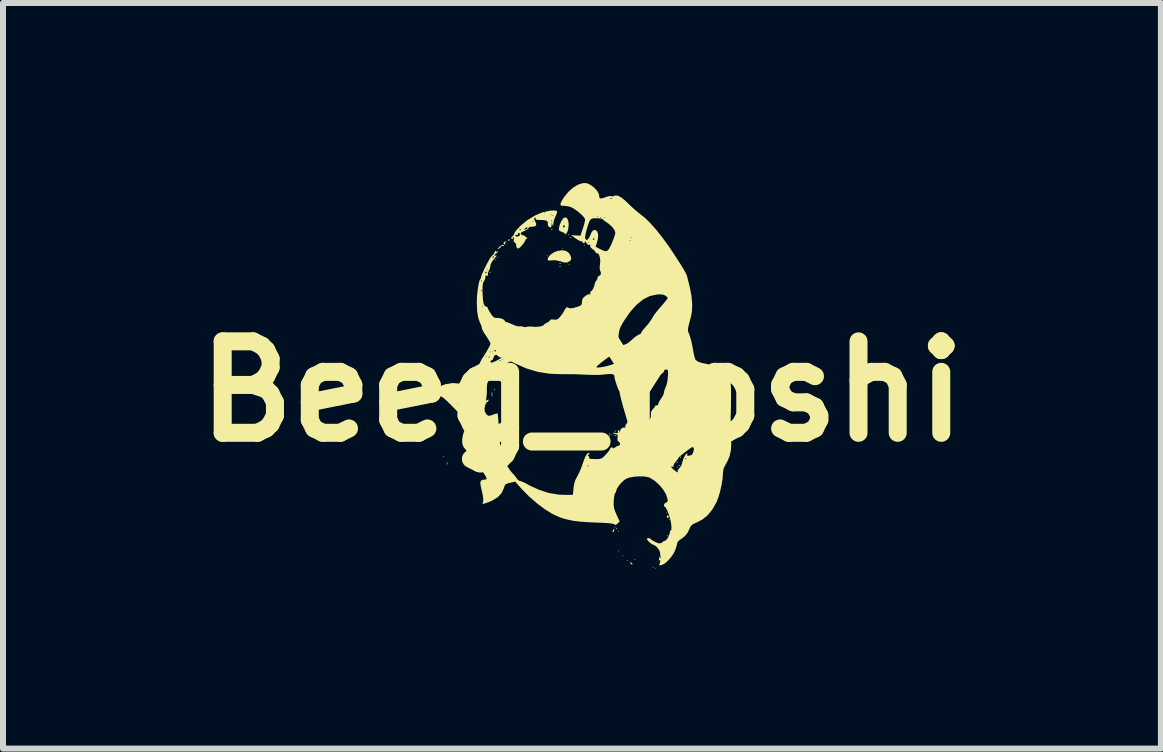
<source format=kicad_pcb>
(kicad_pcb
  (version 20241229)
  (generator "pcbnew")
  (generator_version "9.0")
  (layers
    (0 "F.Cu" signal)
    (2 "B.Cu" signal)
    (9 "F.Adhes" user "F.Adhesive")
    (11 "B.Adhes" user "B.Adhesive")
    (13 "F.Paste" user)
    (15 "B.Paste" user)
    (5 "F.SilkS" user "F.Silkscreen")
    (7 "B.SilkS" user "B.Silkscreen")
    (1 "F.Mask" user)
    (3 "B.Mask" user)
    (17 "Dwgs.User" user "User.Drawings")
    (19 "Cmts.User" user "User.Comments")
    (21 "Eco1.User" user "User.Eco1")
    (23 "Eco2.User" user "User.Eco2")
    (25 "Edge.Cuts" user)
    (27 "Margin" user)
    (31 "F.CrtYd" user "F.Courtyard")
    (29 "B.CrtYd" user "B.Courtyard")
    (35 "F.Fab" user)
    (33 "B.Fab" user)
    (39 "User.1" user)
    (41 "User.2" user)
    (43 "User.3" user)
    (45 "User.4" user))
  (footprint "Beeg_Yoshi"
    (layer "F.Cu")
    (at 6.648 3.473)
    (property "Reference" "Beeg_Yoshi" (at 0 0 0) (layer "F.SilkS") (effects (font (size 1.524 1.524) (thickness 0.3))))
    (attr board_only exclude_from_pos_files exclude_from_bom)
    (fp_poly (pts (xy -2.588 0.198) (xy -2.596 0.206) (xy -2.603 0.198) (xy -2.596 0.191)) (stroke (width 0) (type solid)) (fill yes) (layer "F.SilkS"))
    (fp_poly (pts (xy -2.302 1.087) (xy -2.31 1.095) (xy -2.318 1.087) (xy -2.31 1.079)) (stroke (width 0) (type solid)) (fill yes) (layer "F.SilkS"))
    (fp_poly (pts (xy -1.429 -2.199) (xy -1.437 -2.191) (xy -1.445 -2.199) (xy -1.437 -2.207)) (stroke (width 0) (type solid)) (fill yes) (layer "F.SilkS"))
    (fp_poly (pts (xy -1.397 -2.23) (xy -1.405 -2.223) (xy -1.413 -2.23) (xy -1.405 -2.238)) (stroke (width 0) (type solid)) (fill yes) (layer "F.SilkS"))
    (fp_poly (pts (xy -0.572 -2.262) (xy -0.579 -2.254) (xy -0.587 -2.262) (xy -0.579 -2.27)) (stroke (width 0) (type solid)) (fill yes) (layer "F.SilkS"))
    (fp_poly (pts (xy -0.318 -2.389) (xy -0.325 -2.381) (xy -0.333 -2.389) (xy -0.325 -2.397)) (stroke (width 0) (type solid)) (fill yes) (layer "F.SilkS"))
    (fp_poly (pts (xy -0.206 -2.119) (xy -0.214 -2.111) (xy -0.222 -2.119) (xy -0.214 -2.127)) (stroke (width 0) (type solid)) (fill yes) (layer "F.SilkS"))
    (fp_poly (pts (xy 0.048 -2.437) (xy 0.04 -2.429) (xy 0.032 -2.437) (xy 0.04 -2.445)) (stroke (width 0) (type solid)) (fill yes) (layer "F.SilkS"))
    (fp_poly (pts (xy 0.175 0.96) (xy 0.167 0.968) (xy 0.159 0.96) (xy 0.167 0.953)) (stroke (width 0) (type solid)) (fill yes) (layer "F.SilkS"))
    (fp_poly (pts (xy 0.318 0.818) (xy 0.31 0.826) (xy 0.302 0.818) (xy 0.31 0.81)) (stroke (width 0) (type solid)) (fill yes) (layer "F.SilkS"))
    (fp_poly (pts (xy 0.349 0.849) (xy 0.341 0.857) (xy 0.333 0.849) (xy 0.341 0.841)) (stroke (width 0) (type solid)) (fill yes) (layer "F.SilkS"))
    (fp_poly (pts (xy 0.508 0.722) (xy 0.5 0.73) (xy 0.492 0.722) (xy 0.5 0.714)) (stroke (width 0) (type solid)) (fill yes) (layer "F.SilkS"))
    (fp_poly (pts (xy 0.556 2.262) (xy 0.548 2.27) (xy 0.54 2.262) (xy 0.548 2.254)) (stroke (width 0) (type solid)) (fill yes) (layer "F.SilkS"))
    (fp_poly (pts (xy 0.619 2.326) (xy 0.611 2.334) (xy 0.603 2.326) (xy 0.611 2.318)) (stroke (width 0) (type solid)) (fill yes) (layer "F.SilkS"))
    (fp_poly (pts (xy 0.619 2.659) (xy 0.611 2.667) (xy 0.603 2.659) (xy 0.611 2.651)) (stroke (width 0) (type solid)) (fill yes) (layer "F.SilkS"))
    (fp_poly (pts (xy 0.683 2.738) (xy 0.675 2.746) (xy 0.667 2.738) (xy 0.675 2.731)) (stroke (width 0) (type solid)) (fill yes) (layer "F.SilkS"))
    (fp_poly (pts (xy 0.762 2.818) (xy 0.754 2.826) (xy 0.746 2.818) (xy 0.754 2.81)) (stroke (width 0) (type solid)) (fill yes) (layer "F.SilkS"))
    (fp_poly (pts (xy 0.889 2.802) (xy 0.881 2.81) (xy 0.873 2.802) (xy 0.881 2.794)) (stroke (width 0) (type solid)) (fill yes) (layer "F.SilkS"))
    (fp_poly (pts (xy 1.191 2.929) (xy 1.183 2.937) (xy 1.175 2.929) (xy 1.183 2.921)) (stroke (width 0) (type solid)) (fill yes) (layer "F.SilkS"))
    (fp_poly (pts (xy 1.238 2.945) (xy 1.23 2.953) (xy 1.222 2.945) (xy 1.23 2.937)) (stroke (width 0) (type solid)) (fill yes) (layer "F.SilkS"))
    (fp_poly (pts (xy 1.413 2.024) (xy 1.405 2.032) (xy 1.397 2.024) (xy 1.405 2.016)) (stroke (width 0) (type solid)) (fill yes) (layer "F.SilkS"))
    (fp_poly (pts (xy 1.46 2.135) (xy 1.453 2.143) (xy 1.445 2.135) (xy 1.453 2.127)) (stroke (width 0) (type solid)) (fill yes) (layer "F.SilkS"))
    (fp_poly (pts (xy 1.603 1.262) (xy 1.595 1.27) (xy 1.587 1.262) (xy 1.595 1.254)) (stroke (width 0) (type solid)) (fill yes) (layer "F.SilkS"))
    (fp_poly (pts (xy -2.243 1.188) (xy -2.242 1.212) (xy -2.245 1.218) (xy -2.252 1.213) (xy -2.253 1.197) (xy -2.249 1.18)) (stroke (width 0) (type solid)) (fill yes) (layer "F.SilkS"))
    (fp_poly (pts (xy -1.529 -1.995) (xy -1.527 -1.976) (xy -1.529 -1.974) (xy -1.539 -1.976) (xy -1.54 -1.984) (xy -1.534 -1.997)) (stroke (width 0) (type solid)) (fill yes) (layer "F.SilkS"))
    (fp_poly (pts (xy -1.45 -0.042) (xy -1.448 -0.023) (xy -1.45 -0.021) (xy -1.459 -0.023) (xy -1.46 -0.032) (xy -1.455 -0.045)) (stroke (width 0) (type solid)) (fill yes) (layer "F.SilkS"))
    (fp_poly (pts (xy -0.497 -2.709) (xy -0.496 -2.69) (xy -0.497 -2.688) (xy -0.507 -2.69) (xy -0.508 -2.699) (xy -0.502 -2.712)) (stroke (width 0) (type solid)) (fill yes) (layer "F.SilkS"))
    (fp_poly (pts (xy -0.355 -2.138) (xy -0.357 -2.128) (xy -0.365 -2.127) (xy -0.378 -2.133) (xy -0.376 -2.138) (xy -0.357 -2.14)) (stroke (width 0) (type solid)) (fill yes) (layer "F.SilkS"))
    (fp_poly (pts (xy -0.355 -2.09) (xy -0.357 -2.081) (xy -0.365 -2.08) (xy -0.378 -2.085) (xy -0.376 -2.09) (xy -0.357 -2.092)) (stroke (width 0) (type solid)) (fill yes) (layer "F.SilkS"))
    (fp_poly (pts (xy -0.212 -2.614) (xy -0.214 -2.605) (xy -0.222 -2.603) (xy -0.235 -2.609) (xy -0.233 -2.614) (xy -0.214 -2.616)) (stroke (width 0) (type solid)) (fill yes) (layer "F.SilkS"))
    (fp_poly (pts (xy -0.18 -2.566) (xy -0.182 -2.557) (xy -0.191 -2.556) (xy -0.204 -2.562) (xy -0.201 -2.566) (xy -0.182 -2.568)) (stroke (width 0) (type solid)) (fill yes) (layer "F.SilkS"))
    (fp_poly (pts (xy 0.233 0.91) (xy 0.231 0.92) (xy 0.222 0.921) (xy 0.209 0.915) (xy 0.212 0.91) (xy 0.231 0.908)) (stroke (width 0) (type solid)) (fill yes) (layer "F.SilkS"))
    (fp_poly (pts (xy 0.471 0.704) (xy 0.469 0.713) (xy 0.46 0.714) (xy 0.447 0.709) (xy 0.45 0.704) (xy 0.469 0.702)) (stroke (width 0) (type solid)) (fill yes) (layer "F.SilkS"))
    (fp_poly (pts (xy 0.471 0.736) (xy 0.469 0.745) (xy 0.46 0.746) (xy 0.447 0.74) (xy 0.45 0.736) (xy 0.469 0.734)) (stroke (width 0) (type solid)) (fill yes) (layer "F.SilkS"))
    (fp_poly (pts (xy 0.566 0.656) (xy 0.564 0.666) (xy 0.556 0.667) (xy 0.543 0.661) (xy 0.545 0.656) (xy 0.564 0.654)) (stroke (width 0) (type solid)) (fill yes) (layer "F.SilkS"))
    (fp_poly (pts (xy 0.575 0.736) (xy 0.577 0.741) (xy 0.556 0.744) (xy 0.533 0.741) (xy 0.536 0.736) (xy 0.568 0.734)) (stroke (width 0) (type solid)) (fill yes) (layer "F.SilkS"))
    (fp_poly (pts (xy 0.582 2.275) (xy 0.584 2.294) (xy 0.582 2.297) (xy 0.573 2.294) (xy 0.572 2.286) (xy 0.577 2.273)) (stroke (width 0) (type solid)) (fill yes) (layer "F.SilkS"))
    (fp_poly (pts (xy 1.439 2.402) (xy 1.437 2.412) (xy 1.429 2.413) (xy 1.416 2.407) (xy 1.418 2.402) (xy 1.437 2.401)) (stroke (width 0) (type solid)) (fill yes) (layer "F.SilkS"))
    (fp_poly (pts (xy 1.598 1.18) (xy 1.596 1.189) (xy 1.587 1.191) (xy 1.574 1.185) (xy 1.577 1.18) (xy 1.596 1.178)) (stroke (width 0) (type solid)) (fill yes) (layer "F.SilkS"))
    (fp_poly (pts (xy 1.63 1.228) (xy 1.628 1.237) (xy 1.619 1.238) (xy 1.606 1.232) (xy 1.609 1.228) (xy 1.628 1.226)) (stroke (width 0) (type solid)) (fill yes) (layer "F.SilkS"))
    (fp_poly (pts (xy 1.646 1.085) (xy 1.648 1.104) (xy 1.646 1.106) (xy 1.636 1.104) (xy 1.635 1.095) (xy 1.641 1.082)) (stroke (width 0) (type solid)) (fill yes) (layer "F.SilkS"))
    (fp_poly (pts (xy -2.586 0.649) (xy -2.577 0.68) (xy -2.577 0.694) (xy -2.587 0.687) (xy -2.594 0.674) (xy -2.602 0.641) (xy -2.602 0.63) (xy -2.597 0.628)) (stroke (width 0) (type solid)) (fill yes) (layer "F.SilkS"))
    (fp_poly (pts (xy -1.497 0.012) (xy -1.494 0.058) (xy -1.497 0.083) (xy -1.501 0.091) (xy -1.503 0.071) (xy -1.504 0.048) (xy -1.503 0.013) (xy -1.499 0.004)) (stroke (width 0) (type solid)) (fill yes) (layer "F.SilkS"))
    (fp_poly (pts (xy -1.207 -2.528) (xy -1.206 -2.524) (xy -1.219 -2.509) (xy -1.223 -2.508) (xy -1.233 -2.518) (xy -1.23 -2.524) (xy -1.216 -2.539) (xy -1.214 -2.54)) (stroke (width 0) (type solid)) (fill yes) (layer "F.SilkS"))
    (fp_poly (pts (xy 0.81 2.849) (xy 0.815 2.851) (xy 0.838 2.866) (xy 0.841 2.875) (xy 0.836 2.888) (xy 0.818 2.875) (xy 0.809 2.865) (xy 0.798 2.848)) (stroke (width 0) (type solid)) (fill yes) (layer "F.SilkS"))
    (fp_poly (pts (xy 1.443 2.077) (xy 1.445 2.088) (xy 1.436 2.109) (xy 1.429 2.111) (xy 1.415 2.099) (xy 1.413 2.088) (xy 1.421 2.066) (xy 1.429 2.064)) (stroke (width 0) (type solid)) (fill yes) (layer "F.SilkS"))
    (fp_poly (pts (xy 0.539 2.301) (xy 0.54 2.305) (xy 0.531 2.334) (xy 0.524 2.342) (xy 0.509 2.343) (xy 0.508 2.339) (xy 0.516 2.315) (xy 0.524 2.302) (xy 0.536 2.287)) (stroke (width 0) (type solid)) (fill yes) (layer "F.SilkS"))
    (fp_poly (pts (xy -1.261 -2.491) (xy -1.258 -2.479) (xy -1.27 -2.485) (xy -1.284 -2.488) (xy -1.281 -2.471) (xy -1.274 -2.448) (xy -1.285 -2.45) (xy -1.299 -2.458) (xy -1.31 -2.473) (xy -1.296 -2.491) (xy -1.274 -2.502)) (stroke (width 0) (type solid)) (fill yes) (layer "F.SilkS"))
    (fp_poly (pts (xy -1.303 -2.437) (xy -1.302 -2.429) (xy -1.313 -2.421) (xy -1.326 -2.423) (xy -1.346 -2.423) (xy -1.349 -2.415) (xy -1.362 -2.396) (xy -1.385 -2.38) (xy -1.407 -2.369) (xy -1.409 -2.372) (xy -1.39 -2.395) (xy -1.382 -2.403) (xy -1.348 -2.432) (xy -1.32 -2.445)) (stroke (width 0) (type solid)) (fill yes) (layer "F.SilkS"))
    (fp_poly (pts (xy -0.265 -2.341) (xy -0.216 -2.305) (xy -0.193 -2.265) (xy -0.18 -2.225) (xy -0.181 -2.2) (xy -0.197 -2.177) (xy -0.199 -2.175) (xy -0.243 -2.149) (xy -0.304 -2.15) (xy -0.365 -2.17) (xy -0.444 -2.187) (xy -0.496 -2.185) (xy -0.542 -2.181) (xy -0.564 -2.185) (xy -0.571 -2.199) (xy -0.572 -2.205) (xy -0.557 -2.243) (xy -0.52 -2.283) (xy -0.468 -2.318) (xy -0.414 -2.34) (xy -0.332 -2.353)) (stroke (width 0) (type solid)) (fill yes) (layer "F.SilkS"))
    (fp_poly (pts (xy -0.244 -2.879) (xy -0.228 -2.838) (xy -0.222 -2.785) (xy -0.226 -2.724) (xy -0.24 -2.669) (xy -0.256 -2.637) (xy -0.273 -2.619) (xy -0.284 -2.622) (xy -0.286 -2.632) (xy -0.299 -2.644) (xy -0.332 -2.658) (xy -0.337 -2.66) (xy -0.372 -2.674) (xy -0.385 -2.695) (xy -0.384 -2.723) (xy -0.378 -2.745) (xy -0.318 -2.745) (xy -0.305 -2.731) (xy -0.302 -2.731) (xy -0.288 -2.743) (xy -0.286 -2.755) (xy -0.293 -2.772) (xy -0.302 -2.77) (xy -0.317 -2.75) (xy -0.318 -2.745) (xy -0.378 -2.745) (xy -0.37 -2.779) (xy -0.345 -2.836) (xy -0.315 -2.88) (xy -0.297 -2.896) (xy -0.267 -2.9)) (stroke (width 0) (type solid)) (fill yes) (layer "F.SilkS"))
    (fp_poly (pts (xy -0.423 -3.01) (xy -0.413 -2.99) (xy -0.425 -2.952) (xy -0.445 -2.909) (xy -0.465 -2.856) (xy -0.477 -2.803) (xy -0.478 -2.791) (xy -0.48 -2.757) (xy -0.483 -2.754) (xy -0.492 -2.777) (xy -0.492 -2.778) (xy -0.505 -2.818) (xy -0.506 -2.774) (xy -0.511 -2.743) (xy -0.52 -2.731) (xy -0.553 -2.744) (xy -0.569 -2.775) (xy -0.569 -2.788) (xy -0.57 -2.823) (xy -0.586 -2.842) (xy -0.508 -2.842) (xy -0.502 -2.829) (xy -0.497 -2.831) (xy -0.496 -2.85) (xy -0.497 -2.852) (xy -0.507 -2.85) (xy -0.508 -2.842) (xy -0.586 -2.842) (xy -0.589 -2.845) (xy -0.632 -2.855) (xy -0.685 -2.857) (xy -0.739 -2.859) (xy -0.767 -2.864) (xy -0.774 -2.875) (xy -0.772 -2.881) (xy -0.773 -2.897) (xy -0.785 -2.895) (xy -0.798 -2.885) (xy -0.793 -2.863) (xy -0.784 -2.844) (xy -0.763 -2.794) (xy -0.765 -2.764) (xy -0.792 -2.749) (xy -0.826 -2.746) (xy -0.872 -2.742) (xy -0.889 -2.727) (xy -0.889 -2.725) (xy -0.903 -2.707) (xy -0.937 -2.686) (xy -0.96 -2.676) (xy -1.006 -2.654) (xy -1.022 -2.634) (xy -1.021 -2.626) (xy -1 -2.607) (xy -0.985 -2.603) (xy -0.955 -2.592) (xy -0.927 -2.569) (xy -0.911 -2.548) (xy -0.914 -2.545) (xy -0.915 -2.545) (xy -0.933 -2.541) (xy -0.943 -2.52) (xy -0.957 -2.49) (xy -0.985 -2.452) (xy -1.017 -2.415) (xy -1.046 -2.389) (xy -1.062 -2.381) (xy -1.084 -2.391) (xy -1.085 -2.392) (xy -1.093 -2.415) (xy -1.095 -2.438) (xy -1.106 -2.47) (xy -1.121 -2.483) (xy -1.139 -2.502) (xy -1.136 -2.532) (xy -1.134 -2.563) (xy -1.144 -2.572) (xy -1.153 -2.562) (xy -1.151 -2.556) (xy -1.151 -2.542) (xy -1.167 -2.542) (xy -1.18 -2.55) (xy -1.177 -2.566) (xy -1.159 -2.583) (xy -1.137 -2.609) (xy -1.109 -2.609) (xy -1.108 -2.591) (xy -1.102 -2.584) (xy -1.079 -2.579) (xy -1.05 -2.589) (xy -1.033 -2.608) (xy -1.032 -2.612) (xy -1.042 -2.639) (xy -1.048 -2.643) (xy -1.061 -2.639) (xy -1.064 -2.627) (xy -1.073 -2.608) (xy -1.087 -2.609) (xy -1.109 -2.609) (xy -1.137 -2.609) (xy -1.134 -2.612) (xy -1.127 -2.634) (xy -1.116 -2.657) (xy -1.087 -2.695) (xy -1.072 -2.71) (xy -1.045 -2.71) (xy -1.041 -2.701) (xy -1.025 -2.684) (xy -1.016 -2.688) (xy -1.016 -2.69) (xy -1.027 -2.703) (xy -1.029 -2.705) (xy -0.963 -2.705) (xy -0.957 -2.699) (xy -0.949 -2.699) (xy -0.92 -2.708) (xy -0.912 -2.716) (xy -0.906 -2.735) (xy -0.921 -2.735) (xy -0.944 -2.721) (xy -0.963 -2.705) (xy -1.029 -2.705) (xy -1.034 -2.708) (xy -1.045 -2.71) (xy -1.072 -2.71) (xy -1.044 -2.741) (xy -1.016 -2.768) (xy -0.935 -2.834) (xy -0.826 -2.834) (xy -0.818 -2.826) (xy -0.81 -2.834) (xy -0.818 -2.842) (xy -0.826 -2.834) (xy -0.935 -2.834) (xy -0.905 -2.858) (xy -0.788 -2.929) (xy -0.492 -2.929) (xy -0.484 -2.921) (xy -0.476 -2.929) (xy -0.484 -2.937) (xy -0.492 -2.929) (xy -0.788 -2.929) (xy -0.785 -2.931) (xy -0.752 -2.945) (xy -0.524 -2.945) (xy -0.516 -2.937) (xy -0.508 -2.945) (xy -0.516 -2.953) (xy -0.524 -2.945) (xy -0.752 -2.945) (xy -0.677 -2.977) (xy -0.635 -2.977) (xy -0.627 -2.969) (xy -0.619 -2.977) (xy -0.627 -2.985) (xy -0.635 -2.977) (xy -0.677 -2.977) (xy -0.662 -2.983) (xy -0.543 -3.011) (xy -0.52 -3.013) (xy -0.458 -3.016)) (stroke (width 0) (type solid)) (fill yes) (layer "F.SilkS"))
    (fp_poly (pts (xy 0.11 -3.459) (xy 0.138 -3.444) (xy 0.203 -3.396) (xy 0.252 -3.344) (xy 0.28 -3.292) (xy 0.285 -3.267) (xy 0.29 -3.232) (xy 0.307 -3.216) (xy 0.341 -3.219) (xy 0.395 -3.238) (xy 0.446 -3.254) (xy 0.477 -3.258) (xy 0.485 -3.254) (xy 0.505 -3.248) (xy 0.526 -3.255) (xy 0.564 -3.267) (xy 0.607 -3.259) (xy 0.657 -3.231) (xy 0.72 -3.18) (xy 0.773 -3.129) (xy 0.832 -3.072) (xy 0.892 -3.019) (xy 0.943 -2.976) (xy 0.968 -2.957) (xy 1.047 -2.895) (xy 1.136 -2.808) (xy 1.232 -2.7) (xy 1.333 -2.574) (xy 1.435 -2.435) (xy 1.489 -2.356) (xy 1.572 -2.229) (xy 1.638 -2.127) (xy 1.688 -2.046) (xy 1.723 -1.985) (xy 1.744 -1.941) (xy 1.751 -1.921) (xy 1.759 -1.887) (xy 1.773 -1.833) (xy 1.789 -1.769) (xy 1.793 -1.754) (xy 1.824 -1.599) (xy 1.837 -1.454) (xy 1.832 -1.326) (xy 1.818 -1.254) (xy 1.794 -1.165) (xy 1.778 -1.101) (xy 1.769 -1.056) (xy 1.765 -1.025) (xy 1.768 -1.002) (xy 1.775 -0.981) (xy 1.782 -0.966) (xy 1.801 -0.914) (xy 1.821 -0.843) (xy 1.841 -0.749) (xy 1.858 -0.651) (xy 1.87 -0.594) (xy 1.883 -0.549) (xy 1.894 -0.526) (xy 1.932 -0.498) (xy 1.991 -0.476) (xy 2.04 -0.466) (xy 2.099 -0.454) (xy 2.16 -0.434) (xy 2.213 -0.41) (xy 2.249 -0.387) (xy 2.256 -0.377) (xy 2.275 -0.358) (xy 2.287 -0.358) (xy 2.301 -0.356) (xy 2.302 -0.35) (xy 2.315 -0.336) (xy 2.331 -0.333) (xy 2.369 -0.319) (xy 2.412 -0.282) (xy 2.451 -0.226) (xy 2.456 -0.218) (xy 2.468 -0.191) (xy 2.475 -0.157) (xy 2.48 -0.11) (xy 2.483 -0.043) (xy 2.484 0.049) (xy 2.484 0.064) (xy 2.483 0.159) (xy 2.482 0.257) (xy 2.48 0.345) (xy 2.478 0.413) (xy 2.478 0.421) (xy 2.477 0.49) (xy 2.478 0.578) (xy 2.481 0.673) (xy 2.484 0.743) (xy 2.488 0.877) (xy 2.48 0.987) (xy 2.459 1.081) (xy 2.423 1.166) (xy 2.396 1.214) (xy 2.364 1.276) (xy 2.351 1.336) (xy 2.349 1.37) (xy 2.343 1.456) (xy 2.326 1.559) (xy 2.302 1.666) (xy 2.273 1.765) (xy 2.242 1.845) (xy 2.239 1.85) (xy 2.169 1.972) (xy 2.092 2.066) (xy 2.002 2.137) (xy 1.909 2.184) (xy 1.851 2.211) (xy 1.817 2.239) (xy 1.802 2.265) (xy 1.763 2.351) (xy 1.714 2.412) (xy 1.659 2.454) (xy 1.612 2.487) (xy 1.589 2.517) (xy 1.587 2.525) (xy 1.582 2.555) (xy 1.568 2.603) (xy 1.553 2.646) (xy 1.522 2.709) (xy 1.476 2.772) (xy 1.424 2.829) (xy 1.372 2.872) (xy 1.326 2.893) (xy 1.325 2.893) (xy 1.296 2.897) (xy 1.286 2.896) (xy 1.291 2.879) (xy 1.301 2.851) (xy 1.306 2.822) (xy 1.299 2.808) (xy 1.285 2.816) (xy 1.282 2.822) (xy 1.279 2.821) (xy 1.281 2.813) (xy 1.286 2.778) (xy 1.287 2.765) (xy 1.29 2.75) (xy 1.3 2.763) (xy 1.303 2.77) (xy 1.313 2.789) (xy 1.314 2.78) (xy 1.31 2.762) (xy 1.304 2.717) (xy 1.302 2.688) (xy 1.291 2.654) (xy 1.265 2.613) (xy 1.231 2.578) (xy 1.199 2.558) (xy 1.19 2.556) (xy 1.166 2.545) (xy 1.132 2.52) (xy 1.101 2.49) (xy 1.082 2.463) (xy 1.079 2.456) (xy 1.093 2.447) (xy 1.111 2.445) (xy 1.137 2.45) (xy 1.143 2.457) (xy 1.156 2.472) (xy 1.189 2.492) (xy 1.232 2.513) (xy 1.274 2.53) (xy 1.28 2.531) (xy 1.318 2.529) (xy 1.333 2.517) (xy 1.36 2.496) (xy 1.374 2.492) (xy 1.4 2.479) (xy 1.428 2.445) (xy 1.451 2.4) (xy 1.463 2.355) (xy 1.463 2.353) (xy 1.47 2.322) (xy 1.481 2.313) (xy 1.482 2.313) (xy 1.489 2.305) (xy 1.491 2.268) (xy 1.488 2.22) (xy 1.479 2.165) (xy 1.463 2.102) (xy 1.442 2.039) (xy 1.42 1.983) (xy 1.399 1.941) (xy 1.382 1.921) (xy 1.379 1.921) (xy 1.365 1.91) (xy 1.367 1.887) (xy 1.381 1.864) (xy 1.399 1.852) (xy 1.421 1.842) (xy 1.428 1.82) (xy 1.424 1.785) (xy 1.399 1.711) (xy 1.352 1.633) (xy 1.288 1.557) (xy 1.215 1.491) (xy 1.14 1.443) (xy 1.105 1.429) (xy 1.04 1.417) (xy 0.958 1.415) (xy 0.871 1.421) (xy 0.792 1.435) (xy 0.738 1.454) (xy 0.696 1.483) (xy 0.651 1.526) (xy 0.611 1.575) (xy 0.582 1.621) (xy 0.573 1.652) (xy 0.561 1.685) (xy 0.553 1.695) (xy 0.543 1.719) (xy 0.535 1.765) (xy 0.529 1.823) (xy 0.529 1.826) (xy 0.528 1.888) (xy 0.533 1.937) (xy 0.547 1.986) (xy 0.574 2.049) (xy 0.576 2.053) (xy 0.628 2.167) (xy 0.592 2.202) (xy 0.564 2.224) (xy 0.548 2.222) (xy 0.544 2.216) (xy 0.53 2.208) (xy 0.496 2.201) (xy 0.439 2.195) (xy 0.356 2.19) (xy 0.245 2.185) (xy 0.238 2.185) (xy 0.088 2.178) (xy -0.036 2.169) (xy -0.141 2.156) (xy -0.232 2.138) (xy -0.317 2.115) (xy -0.381 2.093) (xy -0.497 2.039) (xy -0.622 1.961) (xy -0.752 1.863) (xy -0.882 1.75) (xy -1.006 1.624) (xy -1.044 1.581) (xy -1.112 1.503) (xy -1.197 1.522) (xy -1.246 1.535) (xy -1.274 1.549) (xy -1.29 1.574) (xy -1.303 1.615) (xy -1.34 1.695) (xy -1.404 1.763) (xy -1.497 1.819) (xy -1.551 1.842) (xy -1.608 1.863) (xy -1.641 1.873) (xy -1.655 1.873) (xy -1.656 1.864) (xy -1.652 1.851) (xy -1.645 1.826) (xy -1.644 1.794) (xy -1.65 1.751) (xy -1.662 1.688) (xy -1.677 1.623) (xy -1.692 1.554) (xy -1.693 1.51) (xy -1.681 1.485) (xy -1.653 1.473) (xy -1.629 1.471) (xy -1.598 1.465) (xy -1.588 1.455) (xy -1.598 1.425) (xy -1.624 1.38) (xy -1.659 1.331) (xy -1.698 1.284) (xy -1.731 1.254) (xy -1.774 1.223) (xy -1.809 1.212) (xy -1.846 1.215) (xy -1.881 1.22) (xy -1.894 1.211) (xy -1.894 1.181) (xy -1.892 1.168) (xy -1.892 1.088) (xy -1.908 1.018) (xy -1.935 0.974) (xy -1.976 0.921) (xy -1.995 0.866) (xy -1.996 0.799) (xy -1.994 0.781) (xy -1.98 0.712) (xy -1.956 0.641) (xy -1.944 0.615) (xy -1.922 0.57) (xy -1.908 0.535) (xy -1.905 0.523) (xy -1.916 0.508) (xy -1.945 0.474) (xy -1.99 0.425) (xy -2.047 0.365) (xy -2.113 0.297) (xy -2.115 0.294) (xy -2.117 0.293) (xy -1.625 0.293) (xy -1.619 0.333) (xy -1.61 0.351) (xy -1.587 0.389) (xy -1.561 0.405) (xy -1.524 0.402) (xy -1.484 0.388) (xy -1.441 0.373) (xy -1.412 0.366) (xy -1.406 0.367) (xy -1.403 0.384) (xy -1.398 0.428) (xy -1.393 0.494) (xy -1.387 0.576) (xy -1.381 0.67) (xy -1.381 0.675) (xy -1.375 0.774) (xy -1.367 0.867) (xy -1.36 0.946) (xy -1.352 1.006) (xy -1.347 1.04) (xy -1.326 1.096) (xy -1.291 1.166) (xy -1.249 1.239) (xy -1.204 1.306) (xy -1.165 1.355) (xy -1.162 1.358) (xy -1.124 1.399) (xy -1.093 1.441) (xy -1.092 1.442) (xy -1.069 1.472) (xy -1.052 1.486) (xy -1.052 1.486) (xy -1.023 1.494) (xy -0.981 1.51) (xy -0.94 1.529) (xy -0.921 1.54) (xy -0.894 1.555) (xy -0.85 1.578) (xy -0.783 1.608) (xy -0.722 1.636) (xy -0.559 1.691) (xy -0.38 1.72) (xy -0.246 1.724) (xy -0.151 1.722) (xy -0.141 1.611) (xy -0.129 1.532) (xy -0.107 1.468) (xy -0.082 1.421) (xy -0.05 1.361) (xy -0.019 1.289) (xy -0.000053 1.238) (xy 0.095 1.238) (xy 0.101 1.251) (xy 0.106 1.249) (xy 0.106 1.248) (xy 1.49 1.248) (xy 1.491 1.263) (xy 1.512 1.289) (xy 1.527 1.303) (xy 1.566 1.333) (xy 1.592 1.348) (xy 1.6 1.345) (xy 1.595 1.333) (xy 1.597 1.311) (xy 1.615 1.289) (xy 1.658 1.232) (xy 1.675 1.172) (xy 1.685 1.135) (xy 1.693 1.117) (xy 1.72 1.117) (xy 1.722 1.126) (xy 1.73 1.127) (xy 1.743 1.121) (xy 1.741 1.117) (xy 1.722 1.115) (xy 1.72 1.117) (xy 1.693 1.117) (xy 1.703 1.093) (xy 1.724 1.056) (xy 1.743 1.034) (xy 1.749 1.032) (xy 1.758 1.044) (xy 1.756 1.057) (xy 1.754 1.076) (xy 1.771 1.073) (xy 1.806 1.065) (xy 1.817 1.064) (xy 1.835 1.053) (xy 1.852 1.019) (xy 1.865 0.974) (xy 1.862 0.946) (xy 1.857 0.936) (xy 1.842 0.927) (xy 1.817 0.938) (xy 1.799 0.951) (xy 1.761 0.98) (xy 1.71 1.018) (xy 1.678 1.043) (xy 1.639 1.074) (xy 1.614 1.097) (xy 1.609 1.106) (xy 1.603 1.12) (xy 1.581 1.148) (xy 1.57 1.161) (xy 1.54 1.2) (xy 1.524 1.236) (xy 1.523 1.244) (xy 1.519 1.263) (xy 1.513 1.258) (xy 1.497 1.246) (xy 1.49 1.248) (xy 0.106 1.248) (xy 0.108 1.23) (xy 0.106 1.228) (xy 0.096 1.23) (xy 0.095 1.238) (xy -0.000053 1.238) (xy 0.032 1.146) (xy 0.059 1.082) (xy 0.082 1.043) (xy 0.103 1.026) (xy 0.124 1.026) (xy 0.125 1.04) (xy 0.107 1.053) (xy 0.096 1.064) (xy 0.109 1.077) (xy 0.123 1.098) (xy 0.12 1.109) (xy 0.126 1.12) (xy 0.159 1.125) (xy 0.218 1.127) (xy 0.276 1.126) (xy 0.313 1.121) (xy 0.342 1.106) (xy 0.373 1.077) (xy 0.393 1.056) (xy 0.429 1.016) (xy 0.453 0.985) (xy 0.46 0.97) (xy 0.471 0.949) (xy 0.483 0.938) (xy 0.503 0.928) (xy 0.512 0.94) (xy 0.523 0.95) (xy 0.546 0.936) (xy 0.551 0.933) (xy 0.584 0.911) (xy 0.608 0.905) (xy 0.63 0.894) (xy 0.634 0.869) (xy 0.622 0.844) (xy 0.609 0.835) (xy 0.592 0.819) (xy 0.59 0.786) (xy 0.592 0.77) (xy 0.596 0.732) (xy 0.587 0.716) (xy 0.574 0.714) (xy 0.538 0.705) (xy 0.524 0.697) (xy 0.515 0.688) (xy 0.534 0.688) (xy 0.554 0.691) (xy 0.589 0.696) (xy 0.601 0.69) (xy 0.598 0.677) (xy 0.597 0.651) (xy 0.603 0.643) (xy 0.616 0.649) (xy 0.624 0.67) (xy 0.629 0.693) (xy 0.631 0.686) (xy 0.633 0.664) (xy 0.648 0.624) (xy 0.684 0.602) (xy 0.712 0.602) (xy 0.725 0.596) (xy 0.723 0.588) (xy 0.724 0.565) (xy 0.738 0.545) (xy 0.756 0.515) (xy 0.757 0.494) (xy 0.749 0.47) (xy 0.843 0.47) (xy 0.849 0.488) (xy 0.865 0.492) (xy 0.885 0.505) (xy 0.889 0.521) (xy 0.902 0.549) (xy 0.929 0.569) (xy 0.958 0.587) (xy 0.968 0.603) (xy 0.979 0.618) (xy 1.004 0.615) (xy 1.03 0.598) (xy 1.032 0.595) (xy 1.059 0.575) (xy 1.073 0.572) (xy 1.092 0.558) (xy 1.105 0.528) (xy 1.121 0.483) (xy 1.137 0.454) (xy 1.149 0.416) (xy 1.149 0.381) (xy 1.15 0.342) (xy 1.174 0.304) (xy 1.181 0.297) (xy 1.208 0.265) (xy 1.222 0.242) (xy 1.222 0.239) (xy 1.234 0.23) (xy 1.246 0.232) (xy 1.266 0.23) (xy 1.27 0.212) (xy 1.28 0.182) (xy 1.303 0.141) (xy 1.318 0.12) (xy 1.346 0.076) (xy 1.363 0.037) (xy 1.365 0.023) (xy 1.372 -0.015) (xy 1.389 -0.059) (xy 1.39 -0.061) (xy 1.411 -0.115) (xy 1.425 -0.18) (xy 1.433 -0.266) (xy 1.434 -0.29) (xy 1.434 -0.335) (xy 1.428 -0.358) (xy 1.412 -0.365) (xy 1.399 -0.365) (xy 1.372 -0.359) (xy 1.371 -0.342) (xy 1.362 -0.324) (xy 1.333 -0.298) (xy 1.291 -0.269) (xy 1.245 -0.244) (xy 1.202 -0.227) (xy 1.176 -0.222) (xy 1.147 -0.209) (xy 1.135 -0.19) (xy 1.117 -0.156) (xy 1.087 -0.12) (xy 1.086 -0.119) (xy 1.06 -0.087) (xy 1.048 -0.061) (xy 1.048 -0.059) (xy 1.037 -0.034) (xy 1.011 -0.003) (xy 1.008 0) (xy 0.981 0.029) (xy 0.969 0.049) (xy 0.968 0.05) (xy 0.962 0.071) (xy 0.945 0.11) (xy 0.929 0.146) (xy 0.907 0.197) (xy 0.892 0.241) (xy 0.889 0.261) (xy 0.884 0.295) (xy 0.873 0.345) (xy 0.865 0.372) (xy 0.848 0.433) (xy 0.843 0.47) (xy 0.749 0.47) (xy 0.73 0.405) (xy 0.703 0.314) (xy 0.678 0.227) (xy 0.657 0.148) (xy 0.641 0.083) (xy 0.63 0.037) (xy 0.627 0.016) (xy 0.628 0.015) (xy 0.625 -0.001) (xy 0.623 -0.003) (xy 0.612 -0.02) (xy 0.596 -0.059) (xy 0.577 -0.11) (xy 0.56 -0.164) (xy 0.546 -0.213) (xy 0.54 -0.247) (xy 0.54 -0.251) (xy 0.534 -0.274) (xy 0.513 -0.287) (xy 0.472 -0.291) (xy 0.407 -0.287) (xy 0.365 -0.282) (xy 0.294 -0.276) (xy 0.205 -0.275) (xy 0.111 -0.277) (xy 0.064 -0.279) (xy -0.03 -0.284) (xy -0.14 -0.287) (xy -0.25 -0.288) (xy -0.325 -0.287) (xy -0.538 -0.295) (xy -0.735 -0.326) (xy -0.923 -0.382) (xy -0.98 -0.407) (xy 0.239 -0.407) (xy 0.252 -0.399) (xy 0.29 -0.4) (xy 0.344 -0.407) (xy 0.408 -0.421) (xy 0.46 -0.435) (xy 0.527 -0.456) (xy 0.566 -0.473) (xy 0.58 -0.49) (xy 0.571 -0.51) (xy 0.542 -0.538) (xy 0.54 -0.54) (xy 0.504 -0.568) (xy 0.477 -0.585) (xy 0.471 -0.587) (xy 0.452 -0.578) (xy 0.417 -0.554) (xy 0.372 -0.521) (xy 0.324 -0.484) (xy 0.282 -0.449) (xy 0.251 -0.422) (xy 0.239 -0.407) (xy -0.98 -0.407) (xy -1.056 -0.44) (xy -1.11 -0.465) (xy -1.155 -0.486) (xy -1.179 -0.497) (xy -1.212 -0.493) (xy -1.249 -0.464) (xy -1.288 -0.416) (xy -1.324 -0.352) (xy -1.341 -0.313) (xy -1.378 -0.214) (xy -1.46 -0.206) (xy -1.521 -0.195) (xy -1.559 -0.172) (xy -1.579 -0.133) (xy -1.585 -0.071) (xy -1.585 -0.04) (xy -1.585 0.023) (xy -1.59 0.082) (xy -1.594 0.111) (xy -1.602 0.146) (xy -1.598 0.156) (xy -1.582 0.145) (xy -1.582 0.145) (xy -1.562 0.132) (xy -1.556 0.143) (xy -1.556 0.149) (xy -1.567 0.171) (xy -1.578 0.175) (xy -1.595 0.189) (xy -1.612 0.225) (xy -1.616 0.241) (xy -1.625 0.293) (xy -2.117 0.293) (xy -2.189 0.219) (xy -2.209 0.2) (xy -2.074 0.2) (xy -2.072 0.206) (xy -2.051 0.222) (xy -2.046 0.222) (xy -2.037 0.212) (xy -2.04 0.206) (xy -2.061 0.191) (xy -2.066 0.191) (xy -2.074 0.2) (xy -2.209 0.2) (xy -2.245 0.164) (xy -2.287 0.125) (xy -2.318 0.101) (xy -2.342 0.087) (xy -2.363 0.081) (xy -2.386 0.079) (xy -2.387 0.079) (xy -2.45 0.09) (xy -2.494 0.112) (xy -2.54 0.145) (xy -2.54 0.111) (xy -2.529 0.082) (xy -2.498 0.039) (xy -2.455 -0.008) (xy -2.397 -0.061) (xy -2.344 -0.095) (xy -2.284 -0.118) (xy -2.278 -0.12) (xy -2.154 -0.14) (xy -2.031 -0.13) (xy -1.918 -0.09) (xy -1.87 -0.068) (xy -1.834 -0.052) (xy -1.82 -0.048) (xy -1.813 -0.062) (xy -1.81 -0.096) (xy -1.81 -0.107) (xy -1.803 -0.161) (xy -1.786 -0.235) (xy -1.761 -0.318) (xy -1.731 -0.403) (xy -1.7 -0.479) (xy -1.69 -0.5) (xy -1.524 -0.5) (xy -1.52 -0.482) (xy -1.503 -0.479) (xy -1.469 -0.491) (xy -1.419 -0.516) (xy -1.414 -0.519) (xy -1.376 -0.519) (xy -1.374 -0.509) (xy -1.365 -0.508) (xy -1.352 -0.514) (xy -1.355 -0.519) (xy -1.374 -0.52) (xy -1.376 -0.519) (xy -1.414 -0.519) (xy -1.391 -0.532) (xy -1.333 -0.532) (xy -1.326 -0.524) (xy -1.318 -0.532) (xy -1.326 -0.54) (xy -1.333 -0.532) (xy -1.391 -0.532) (xy -1.375 -0.54) (xy -1.344 -0.56) (xy -1.335 -0.566) (xy -1.337 -0.57) (xy -1.345 -0.566) (xy -1.369 -0.568) (xy -1.397 -0.588) (xy -1.425 -0.61) (xy -1.447 -0.607) (xy -1.454 -0.602) (xy -1.473 -0.571) (xy -1.476 -0.554) (xy -1.487 -0.529) (xy -1.5 -0.524) (xy -1.521 -0.511) (xy -1.524 -0.5) (xy -1.69 -0.5) (xy -1.671 -0.537) (xy -1.659 -0.556) (xy -1.643 -0.579) (xy -1.603 -0.579) (xy -1.595 -0.572) (xy -1.556 -0.572) (xy -1.55 -0.558) (xy -1.545 -0.561) (xy -1.543 -0.58) (xy -1.545 -0.582) (xy -1.555 -0.58) (xy -1.556 -0.572) (xy -1.595 -0.572) (xy -1.587 -0.579) (xy -1.595 -0.587) (xy -1.603 -0.579) (xy -1.643 -0.579) (xy -1.632 -0.596) (xy -1.6 -0.648) (xy -1.594 -0.659) (xy -1.54 -0.659) (xy -1.532 -0.651) (xy -1.524 -0.659) (xy -1.492 -0.659) (xy -1.484 -0.651) (xy -1.476 -0.659) (xy -1.484 -0.667) (xy -1.492 -0.659) (xy -1.524 -0.659) (xy -1.532 -0.667) (xy -1.54 -0.659) (xy -1.594 -0.659) (xy -1.579 -0.684) (xy -1.46 -0.684) (xy -1.449 -0.667) (xy -1.445 -0.667) (xy -1.429 -0.672) (xy -1.429 -0.674) (xy -1.44 -0.687) (xy -1.445 -0.691) (xy -1.459 -0.689) (xy -1.46 -0.684) (xy -1.579 -0.684) (xy -1.569 -0.702) (xy -1.545 -0.747) (xy 0.599 -0.747) (xy 0.661 -0.764) (xy 0.708 -0.779) (xy 0.745 -0.794) (xy 0.75 -0.796) (xy 0.776 -0.815) (xy 0.816 -0.847) (xy 0.845 -0.874) (xy 0.889 -0.91) (xy 0.929 -0.937) (xy 0.949 -0.947) (xy 0.977 -0.961) (xy 0.985 -0.974) (xy 0.995 -0.994) (xy 1.021 -1.03) (xy 1.059 -1.073) (xy 1.063 -1.078) (xy 1.107 -1.129) (xy 1.145 -1.181) (xy 1.169 -1.219) (xy 1.186 -1.249) (xy 1.204 -1.278) (xy 1.229 -1.31) (xy 1.263 -1.353) (xy 1.312 -1.41) (xy 1.345 -1.448) (xy 1.384 -1.495) (xy 1.414 -1.532) (xy 1.428 -1.555) (xy 1.429 -1.557) (xy 1.417 -1.575) (xy 1.389 -1.597) (xy 1.355 -1.612) (xy 1.31 -1.618) (xy 1.247 -1.615) (xy 1.132 -1.59) (xy 1.02 -1.534) (xy 0.911 -1.446) (xy 0.805 -1.328) (xy 0.702 -1.179) (xy 0.668 -1.122) (xy 0.641 -1.07) (xy 0.624 -1.024) (xy 0.614 -0.972) (xy 0.608 -0.902) (xy 0.607 -0.888) (xy 0.599 -0.747) (xy -1.545 -0.747) (xy -1.543 -0.75) (xy -1.527 -0.786) (xy -1.524 -0.797) (xy -1.533 -0.82) (xy -1.556 -0.86) (xy -1.588 -0.911) (xy -1.595 -0.921) (xy -1.63 -0.973) (xy -1.655 -1.018) (xy -1.667 -1.048) (xy -1.667 -1.051) (xy -1.674 -1.083) (xy -1.691 -1.128) (xy -1.699 -1.144) (xy -1.729 -1.228) (xy -1.747 -1.341) (xy -1.75 -1.421) (xy -1.667 -1.421) (xy -1.659 -1.413) (xy -1.651 -1.421) (xy -1.659 -1.429) (xy -1.667 -1.421) (xy -1.75 -1.421) (xy -1.753 -1.481) (xy -1.752 -1.508) (xy -1.749 -1.58) (xy -1.742 -1.657) (xy -1.739 -1.683) (xy -1.683 -1.683) (xy -1.677 -1.67) (xy -1.672 -1.672) (xy -1.67 -1.691) (xy -1.672 -1.693) (xy -1.682 -1.691) (xy -1.683 -1.683) (xy -1.739 -1.683) (xy -1.732 -1.731) (xy -1.721 -1.795) (xy -1.709 -1.841) (xy -1.683 -1.841) (xy -1.677 -1.828) (xy -1.672 -1.831) (xy -1.67 -1.85) (xy -1.672 -1.852) (xy -1.682 -1.85) (xy -1.683 -1.841) (xy -1.709 -1.841) (xy -1.709 -1.843) (xy -1.698 -1.866) (xy -1.697 -1.866) (xy -1.684 -1.888) (xy -1.683 -1.899) (xy -1.676 -1.927) (xy -1.657 -1.974) (xy -1.652 -1.984) (xy -1.611 -1.984) (xy -1.61 -1.97) (xy -1.604 -1.968) (xy -1.588 -1.98) (xy -1.587 -1.984) (xy -1.593 -2) (xy -1.595 -2) (xy -1.608 -1.989) (xy -1.611 -1.984) (xy -1.652 -1.984) (xy -1.63 -2.033) (xy -1.627 -2.04) (xy -1.587 -2.04) (xy -1.58 -2.032) (xy -1.572 -2.04) (xy -1.58 -2.048) (xy -1.587 -2.04) (xy -1.627 -2.04) (xy -1.599 -2.097) (xy -1.567 -2.158) (xy -1.537 -2.211) (xy -1.519 -2.238) (xy -1.492 -2.238) (xy -1.487 -2.223) (xy -1.485 -2.223) (xy -1.472 -2.234) (xy -1.468 -2.238) (xy -1.47 -2.253) (xy -1.475 -2.254) (xy -1.492 -2.243) (xy -1.492 -2.238) (xy -1.519 -2.238) (xy -1.514 -2.247) (xy -1.501 -2.26) (xy -1.477 -2.281) (xy -1.459 -2.313) (xy -1.445 -2.341) (xy -1.433 -2.339) (xy -1.43 -2.335) (xy -1.417 -2.322) (xy -1.408 -2.336) (xy -1.4 -2.347) (xy -1.398 -2.338) (xy -1.41 -2.316) (xy -1.429 -2.302) (xy -1.454 -2.282) (xy -1.459 -2.266) (xy -1.444 -2.262) (xy -1.433 -2.265) (xy -1.423 -2.262) (xy -1.438 -2.24) (xy -1.454 -2.221) (xy -1.501 -2.161) (xy -1.525 -2.108) (xy -1.53 -2.07) (xy -1.542 -2.03) (xy -1.554 -2.011) (xy -1.568 -1.975) (xy -1.567 -1.952) (xy -1.565 -1.929) (xy -1.584 -1.928) (xy -1.589 -1.929) (xy -1.61 -1.931) (xy -1.609 -1.914) (xy -1.609 -1.913) (xy -1.611 -1.882) (xy -1.629 -1.845) (xy -1.629 -1.844) (xy -1.644 -1.818) (xy -1.653 -1.785) (xy -1.657 -1.738) (xy -1.658 -1.668) (xy -1.657 -1.651) (xy -1.652 -1.546) (xy -1.641 -1.472) (xy -1.622 -1.428) (xy -1.597 -1.413) (xy -1.596 -1.413) (xy -1.574 -1.404) (xy -1.572 -1.395) (xy -1.564 -1.373) (xy -1.543 -1.334) (xy -1.522 -1.301) (xy -1.491 -1.257) (xy -1.467 -1.234) (xy -1.439 -1.226) (xy -1.413 -1.225) (xy -1.361 -1.22) (xy -1.317 -1.205) (xy -1.29 -1.185) (xy -1.286 -1.174) (xy -1.273 -1.16) (xy -1.268 -1.159) (xy -1.244 -1.152) (xy -1.202 -1.136) (xy -1.162 -1.118) (xy -1.11 -1.097) (xy -1.065 -1.085) (xy -1.043 -1.085) (xy -1.002 -1.085) (xy -0.981 -1.078) (xy -0.945 -1.071) (xy -0.928 -1.076) (xy -0.899 -1.082) (xy -0.852 -1.082) (xy -0.822 -1.079) (xy -0.767 -1.076) (xy -0.712 -1.081) (xy -0.667 -1.09) (xy -0.639 -1.104) (xy -0.635 -1.112) (xy -0.622 -1.125) (xy -0.59 -1.142) (xy -0.589 -1.143) (xy -0.553 -1.163) (xy -0.533 -1.185) (xy -0.517 -1.2) (xy -0.48 -1.2) (xy -0.47 -1.198) (xy -0.43 -1.195) (xy -0.399 -1.209) (xy -0.374 -1.233) (xy -0.338 -1.277) (xy -0.308 -1.323) (xy -0.307 -1.326) (xy -0.279 -1.375) (xy -0.258 -1.4) (xy -0.241 -1.403) (xy -0.228 -1.395) (xy -0.197 -1.385) (xy -0.146 -1.39) (xy -0.071 -1.412) (xy -0.06 -1.416) (xy -0.021 -1.432) (xy -0.004 -1.454) (xy -0.000008 -1.491) (xy 0 -1.494) (xy 0.005 -1.534) (xy 0.024 -1.564) (xy 0.059 -1.593) (xy 0.099 -1.617) (xy 0.122 -1.622) (xy 0.132 -1.615) (xy 0.14 -1.61) (xy 0.138 -1.631) (xy 0.138 -1.66) (xy 0.149 -1.667) (xy 0.167 -1.681) (xy 0.187 -1.714) (xy 0.205 -1.758) (xy 0.215 -1.801) (xy 0.229 -1.835) (xy 0.241 -1.848) (xy 0.257 -1.876) (xy 0.258 -1.891) (xy 0.266 -1.916) (xy 0.285 -1.925) (xy 0.312 -1.945) (xy 0.315 -1.982) (xy 0.302 -2.016) (xy 0.294 -2.055) (xy 0.299 -2.113) (xy 0.3 -2.118) (xy 0.305 -2.178) (xy 0.298 -2.234) (xy 0.283 -2.278) (xy 0.261 -2.302) (xy 0.246 -2.305) (xy 0.228 -2.307) (xy 0.228 -2.315) (xy 0.222 -2.332) (xy 0.196 -2.357) (xy 0.183 -2.367) (xy 0.146 -2.398) (xy 0.135 -2.425) (xy 0.136 -2.437) (xy 0.139 -2.456) (xy 0.132 -2.45) (xy 0.11 -2.439) (xy 0.084 -2.458) (xy 0.067 -2.484) (xy 0.095 -2.484) (xy 0.103 -2.477) (xy 0.111 -2.484) (xy 0.103 -2.492) (xy 0.095 -2.484) (xy 0.067 -2.484) (xy 0.053 -2.505) (xy 0.048 -2.498) (xy 0.048 -2.489) (xy 0.039 -2.469) (xy 0.024 -2.471) (xy 0.008 -2.486) (xy 0.009 -2.494) (xy 0.006 -2.502) (xy -0.003 -2.5) (xy -0.026 -2.504) (xy -0.065 -2.524) (xy -0.102 -2.548) (xy -0.12 -2.561) (xy 0.052 -2.561) (xy 0.053 -2.548) (xy 0.071 -2.525) (xy 0.095 -2.531) (xy 0.101 -2.54) (xy 0.183 -2.54) (xy 0.184 -2.525) (xy 0.19 -2.524) (xy 0.206 -2.536) (xy 0.206 -2.54) (xy 0.201 -2.555) (xy 0.199 -2.556) (xy 0.186 -2.545) (xy 0.183 -2.54) (xy 0.101 -2.54) (xy 0.12 -2.563) (xy 0.134 -2.594) (xy 0.161 -2.654) (xy 0.187 -2.685) (xy 0.217 -2.691) (xy 0.237 -2.683) (xy 0.26 -2.654) (xy 0.27 -2.604) (xy 0.265 -2.539) (xy 0.247 -2.472) (xy 0.226 -2.412) (xy 0.299 -2.374) (xy 0.355 -2.347) (xy 0.394 -2.336) (xy 0.424 -2.345) (xy 0.451 -2.376) (xy 0.479 -2.432) (xy 0.496 -2.469) (xy 0.516 -2.516) (xy 0.794 -2.516) (xy 0.802 -2.508) (xy 0.81 -2.516) (xy 0.802 -2.524) (xy 0.794 -2.516) (xy 0.516 -2.516) (xy 0.523 -2.533) (xy 0.534 -2.564) (xy 0.81 -2.564) (xy 0.818 -2.556) (xy 0.826 -2.564) (xy 0.818 -2.572) (xy 0.81 -2.564) (xy 0.534 -2.564) (xy 0.543 -2.59) (xy 0.554 -2.631) (xy 0.556 -2.642) (xy 0.542 -2.689) (xy 0.502 -2.742) (xy 0.441 -2.797) (xy 0.405 -2.822) (xy 0.367 -2.849) (xy 0.344 -2.869) (xy 0.34 -2.875) (xy 0.329 -2.879) (xy 0.295 -2.883) (xy 0.256 -2.886) (xy 0.198 -2.886) (xy 0.163 -2.879) (xy 0.14 -2.862) (xy 0.123 -2.833) (xy 0.104 -2.783) (xy 0.085 -2.722) (xy 0.068 -2.659) (xy 0.056 -2.602) (xy 0.052 -2.561) (xy -0.12 -2.561) (xy -0.181 -2.604) (xy -0.103 -2.6) (xy -0.025 -2.596) (xy 0.017 -2.722) (xy 0.036 -2.783) (xy 0.048 -2.835) (xy 0.052 -2.868) (xy 0.052 -2.873) (xy 0.036 -2.897) (xy 0.302 -2.897) (xy 0.31 -2.889) (xy 0.318 -2.897) (xy 0.365 -2.897) (xy 0.373 -2.889) (xy 0.381 -2.897) (xy 0.373 -2.905) (xy 0.365 -2.897) (xy 0.318 -2.897) (xy 0.31 -2.905) (xy 0.302 -2.897) (xy 0.036 -2.897) (xy 0.031 -2.905) (xy 0.024 -2.913) (xy 0.254 -2.913) (xy 0.262 -2.905) (xy 0.27 -2.913) (xy 0.262 -2.921) (xy 0.254 -2.913) (xy 0.024 -2.913) (xy -0.008 -2.946) (xy -0.059 -2.991) (xy -0.113 -3.031) (xy -0.163 -3.061) (xy -0.174 -3.067) (xy -0.229 -3.085) (xy -0.284 -3.093) (xy -0.301 -3.093) (xy -0.34 -3.094) (xy -0.358 -3.108) (xy -0.355 -3.139) (xy -0.33 -3.188) (xy -0.316 -3.211) (xy 0.467 -3.211) (xy 0.483 -3.208) (xy 0.503 -3.211) (xy 0.504 -3.216) (xy 0.482 -3.22) (xy 0.473 -3.218) (xy 0.467 -3.211) (xy -0.316 -3.211) (xy -0.297 -3.24) (xy -0.227 -3.326) (xy -0.147 -3.397) (xy -0.065 -3.446) (xy 0.009 -3.47) (xy 0.064 -3.473)) (stroke (width 0) (type solid)) (fill yes) (layer "F.SilkS")))
  (gr_rect
    (start -3 -3)
    (end 16.295 9.425)
    (stroke (width 0.1) (type default))
    (fill no)
    (layer "Edge.Cuts")))
</source>
